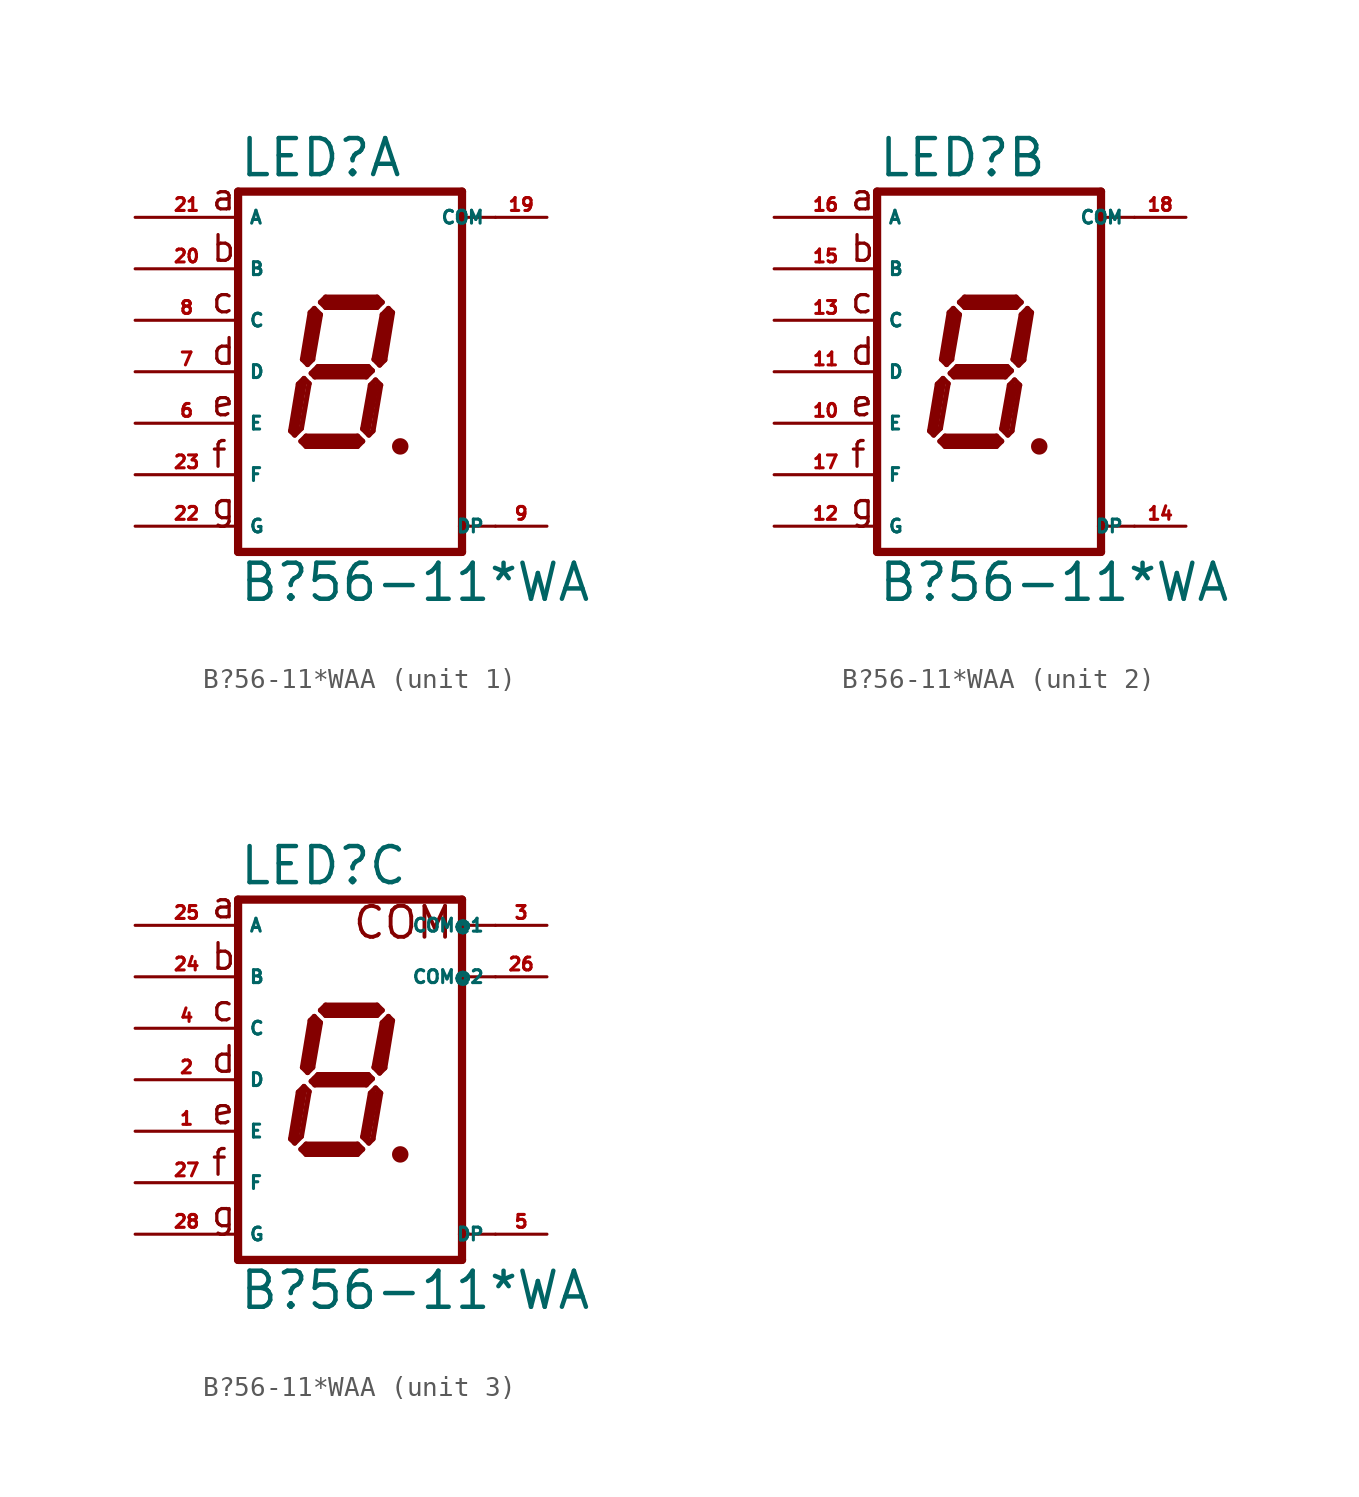
<source format=kicad_sym>
(kicad_symbol_lib
  (version 20220914)
  (generator Eagle2Kicad)
  (symbol "B?56-11*WAA"
    (property "Reference" "LED"
      (at -5.08 9.525 0)
      (effects (font (size 1.778 1.778) (thickness 0.22)) (justify left bottom)))
    (property "Value" "B?56-11*WA"
      (at -5.08 -11.43 0)
      (effects (font (size 1.778 1.778) (thickness 0.22)) (justify left bottom)))
    (symbol "B?56-11*WAA_1_0"
      (polyline (pts (xy 2.794 -3.683) (xy 3.048 -3.683)) (stroke (width 0.305) (type default)) (fill (type none)))
      (polyline (pts (xy 2.337 3.124) (xy 2.032 2.819)) (stroke (width 0.254) (type default)) (fill (type none)))
      (polyline (pts (xy 2.032 2.819) (xy 1.626 0.61)) (stroke (width 0.254) (type default)) (fill (type none)))
      (polyline (pts (xy 1.626 0.61) (xy 1.905 0.33)) (stroke (width 0.254) (type default)) (fill (type none)))
      (polyline (pts (xy 1.905 0.33) (xy 2.159 0.584)) (stroke (width 0.254) (type default)) (fill (type none)))
      (polyline (pts (xy 2.159 0.584) (xy 2.54 2.921)) (stroke (width 0.254) (type default)) (fill (type none)))
      (polyline (pts (xy 2.54 2.921) (xy 2.337 3.124)) (stroke (width 0.254) (type default)) (fill (type none)))
      (polyline (pts (xy 2.032 3.429) (xy 1.778 3.175)) (stroke (width 0.254) (type default)) (fill (type none)))
      (polyline (pts (xy 1.778 3.175) (xy -0.762 3.175)) (stroke (width 0.254) (type default)) (fill (type none)))
      (polyline (pts (xy -0.762 3.175) (xy -1.016 3.429)) (stroke (width 0.254) (type default)) (fill (type none)))
      (polyline (pts (xy -1.016 3.429) (xy -0.762 3.683)) (stroke (width 0.254) (type default)) (fill (type none)))
      (polyline (pts (xy -0.762 3.683) (xy 1.778 3.683)) (stroke (width 0.254) (type default)) (fill (type none)))
      (polyline (pts (xy 1.778 3.683) (xy 2.032 3.429)) (stroke (width 0.254) (type default)) (fill (type none)))
      (polyline (pts (xy -1.321 3.124) (xy -1.016 2.819)) (stroke (width 0.254) (type default)) (fill (type none)))
      (polyline (pts (xy -1.016 2.819) (xy -1.397 0.61)) (stroke (width 0.254) (type default)) (fill (type none)))
      (polyline (pts (xy -1.397 0.61) (xy -1.651 0.356)) (stroke (width 0.254) (type default)) (fill (type none)))
      (polyline (pts (xy -1.651 0.356) (xy -1.905 0.61)) (stroke (width 0.254) (type default)) (fill (type none)))
      (polyline (pts (xy -1.905 0.61) (xy -1.524 2.921)) (stroke (width 0.254) (type default)) (fill (type none)))
      (polyline (pts (xy -1.524 2.921) (xy -1.321 3.124)) (stroke (width 0.254) (type default)) (fill (type none)))
      (polyline (pts (xy -1.473 -0.076) (xy -1.143 0.254)) (stroke (width 0.254) (type default)) (fill (type none)))
      (polyline (pts (xy -1.143 0.254) (xy 1.346 0.254)) (stroke (width 0.254) (type default)) (fill (type none)))
      (polyline (pts (xy 1.346 0.254) (xy 1.549 0.051)) (stroke (width 0.254) (type default)) (fill (type none)))
      (polyline (pts (xy 1.549 0.051) (xy 1.245 -0.254)) (stroke (width 0.254) (type default)) (fill (type none)))
      (polyline (pts (xy 1.245 -0.254) (xy -1.295 -0.254)) (stroke (width 0.254) (type default)) (fill (type none)))
      (polyline (pts (xy -1.295 -0.254) (xy -1.473 -0.076)) (stroke (width 0.254) (type default)) (fill (type none)))
      (polyline (pts (xy -1.829 -0.33) (xy -1.575 -0.584)) (stroke (width 0.254) (type default)) (fill (type none)))
      (polyline (pts (xy -2.286 -3.124) (xy -1.956 -2.794)) (stroke (width 0.254) (type default)) (fill (type none)))
      (polyline (pts (xy -1.956 -2.794) (xy -1.575 -0.584)) (stroke (width 0.254) (type default)) (fill (type none)))
      (polyline (pts (xy -1.829 -0.33) (xy -2.108 -0.61)) (stroke (width 0.254) (type default)) (fill (type none)))
      (polyline (pts (xy -2.108 -0.61) (xy -2.489 -2.921)) (stroke (width 0.254) (type default)) (fill (type none)))
      (polyline (pts (xy -2.489 -2.921) (xy -2.286 -3.124)) (stroke (width 0.254) (type default)) (fill (type none)))
      (polyline (pts (xy -1.981 -3.429) (xy -1.727 -3.175)) (stroke (width 0.254) (type default)) (fill (type none)))
      (polyline (pts (xy -1.727 -3.175) (xy 0.813 -3.175)) (stroke (width 0.254) (type default)) (fill (type none)))
      (polyline (pts (xy 0.813 -3.175) (xy 1.067 -3.429)) (stroke (width 0.254) (type default)) (fill (type none)))
      (polyline (pts (xy 1.067 -3.429) (xy 0.813 -3.683)) (stroke (width 0.254) (type default)) (fill (type none)))
      (polyline (pts (xy 0.813 -3.683) (xy -1.727 -3.683)) (stroke (width 0.254) (type default)) (fill (type none)))
      (polyline (pts (xy -1.727 -3.683) (xy -1.981 -3.429)) (stroke (width 0.254) (type default)) (fill (type none)))
      (polyline (pts (xy 1.702 -0.406) (xy 1.448 -0.66)) (stroke (width 0.254) (type default)) (fill (type none)))
      (polyline (pts (xy 1.448 -0.66) (xy 1.067 -2.819)) (stroke (width 0.254) (type default)) (fill (type none)))
      (polyline (pts (xy 1.067 -2.819) (xy 1.372 -3.124)) (stroke (width 0.254) (type default)) (fill (type none)))
      (polyline (pts (xy 1.372 -3.124) (xy 1.575 -2.921)) (stroke (width 0.254) (type default)) (fill (type none)))
      (polyline (pts (xy 1.575 -2.921) (xy 1.956 -0.66)) (stroke (width 0.254) (type default)) (fill (type none)))
      (polyline (pts (xy 1.956 -0.66) (xy 1.702 -0.406)) (stroke (width 0.254) (type default)) (fill (type none)))
      (polyline (pts (xy 2.286 2.794) (xy 1.905 0.635)) (stroke (width 0.406) (type default)) (fill (type none)))
      (polyline (pts (xy 1.778 3.429) (xy -0.762 3.429)) (stroke (width 0.406) (type default)) (fill (type none)))
      (polyline (pts (xy -1.27 2.794) (xy -1.651 0.635)) (stroke (width 0.406) (type default)) (fill (type none)))
      (polyline (pts (xy -1.27 0) (xy 1.27 0)) (stroke (width 0.406) (type default)) (fill (type none)))
      (polyline (pts (xy 1.651 -0.762) (xy 1.27 -2.794)) (stroke (width 0.406) (type default)) (fill (type none)))
      (polyline (pts (xy 0.762 -3.429) (xy -1.651 -3.429)) (stroke (width 0.406) (type default)) (fill (type none)))
      (polyline (pts (xy -2.286 -2.921) (xy -1.905 -0.635)) (stroke (width 0.406) (type default)) (fill (type none)))
      (polyline (pts (xy 5.969 8.89) (xy 5.969 7.62)) (stroke (width 0.406) (type default)) (fill (type none)))
      (polyline (pts (xy 5.969 7.62) (xy 5.969 -7.62)) (stroke (width 0.406) (type default)) (fill (type none)))
      (polyline (pts (xy 5.969 -7.62) (xy 5.969 -8.89)) (stroke (width 0.406) (type default)) (fill (type none)))
      (polyline (pts (xy -5.08 -8.89) (xy 5.969 -8.89)) (stroke (width 0.406) (type default)) (fill (type none)))
      (polyline (pts (xy -5.08 -8.89) (xy -5.08 8.89)) (stroke (width 0.406) (type default)) (fill (type none)))
      (polyline (pts (xy 5.969 8.89) (xy -5.08 8.89)) (stroke (width 0.406) (type default)) (fill (type none)))
      (polyline (pts (xy 7.62 7.62) (xy 5.969 7.62)) (stroke (width 0.152) (type default)) (fill (type none)))
      (polyline (pts (xy 7.62 -7.62) (xy 5.969 -7.62)) (stroke (width 0.152) (type default)) (fill (type none)))
      (text "a" (at -6.477 7.874 0) (effects (font (size 1.27 1.27) (thickness 0.16)) (justify left bottom)))
      (text "b" (at -6.477 5.334 0) (effects (font (size 1.27 1.27) (thickness 0.16)) (justify left bottom)))
      (text "c" (at -6.477 2.794 0) (effects (font (size 1.27 1.27) (thickness 0.16)) (justify left bottom)))
      (text "d" (at -6.477 0.254 0) (effects (font (size 1.27 1.27) (thickness 0.16)) (justify left bottom)))
      (text "e" (at -6.477 -2.286 0) (effects (font (size 1.27 1.27) (thickness 0.16)) (justify left bottom)))
      (text "f" (at -6.477 -4.826 0) (effects (font (size 1.27 1.27) (thickness 0.16)) (justify left bottom)))
      (text "g" (at -6.477 -7.366 0) (effects (font (size 1.27 1.27) (thickness 0.16)) (justify left bottom)))
      (circle (center 2.921 -3.683) (radius 0.254) (stroke (width 0.305) (type default)) (fill (type none)))
      (pin passive line (at 10.16 -7.62 180) (length 2.54) (name "DP" (effects (font (size 0.635 0.635) (thickness 0.08)) (justify left bottom))) (number "9" (effects (font (size 0.635 0.635) (thickness 0.08)) (justify left bottom))))
      (pin passive line (at -10.16 -5.08 0) (length 5.08) (name "F" (effects (font (size 0.635 0.635) (thickness 0.08)) (justify left bottom))) (number "23" (effects (font (size 0.635 0.635) (thickness 0.08)) (justify left bottom))))
      (pin passive line (at -10.16 0 0) (length 5.08) (name "D" (effects (font (size 0.635 0.635) (thickness 0.08)) (justify left bottom))) (number "7" (effects (font (size 0.635 0.635) (thickness 0.08)) (justify left bottom))))
      (pin passive line (at -10.16 5.08 0) (length 5.08) (name "B" (effects (font (size 0.635 0.635) (thickness 0.08)) (justify left bottom))) (number "20" (effects (font (size 0.635 0.635) (thickness 0.08)) (justify left bottom))))
      (pin passive line (at -10.16 7.62 0) (length 5.08) (name "A" (effects (font (size 0.635 0.635) (thickness 0.08)) (justify left bottom))) (number "21" (effects (font (size 0.635 0.635) (thickness 0.08)) (justify left bottom))))
      (pin passive line (at 10.16 7.62 180) (length 2.54) (name "COM" (effects (font (size 0.635 0.635) (thickness 0.08)) (justify left bottom))) (number "19" (effects (font (size 0.635 0.635) (thickness 0.08)) (justify left bottom))))
      (pin passive line (at -10.16 2.54 0) (length 5.08) (name "C" (effects (font (size 0.635 0.635) (thickness 0.08)) (justify left bottom))) (number "8" (effects (font (size 0.635 0.635) (thickness 0.08)) (justify left bottom))))
      (pin passive line (at -10.16 -2.54 0) (length 5.08) (name "E" (effects (font (size 0.635 0.635) (thickness 0.08)) (justify left bottom))) (number "6" (effects (font (size 0.635 0.635) (thickness 0.08)) (justify left bottom))))
      (pin passive line (at -10.16 -7.62 0) (length 5.08) (name "G" (effects (font (size 0.635 0.635) (thickness 0.08)) (justify left bottom))) (number "22" (effects (font (size 0.635 0.635) (thickness 0.08)) (justify left bottom)))))
    (symbol "B?56-11*WAA_2_0"
      (polyline (pts (xy 2.794 -3.683) (xy 3.048 -3.683)) (stroke (width 0.305) (type default)) (fill (type none)))
      (polyline (pts (xy 2.337 3.124) (xy 2.032 2.819)) (stroke (width 0.254) (type default)) (fill (type none)))
      (polyline (pts (xy 2.032 2.819) (xy 1.626 0.61)) (stroke (width 0.254) (type default)) (fill (type none)))
      (polyline (pts (xy 1.626 0.61) (xy 1.905 0.33)) (stroke (width 0.254) (type default)) (fill (type none)))
      (polyline (pts (xy 1.905 0.33) (xy 2.159 0.584)) (stroke (width 0.254) (type default)) (fill (type none)))
      (polyline (pts (xy 2.159 0.584) (xy 2.54 2.921)) (stroke (width 0.254) (type default)) (fill (type none)))
      (polyline (pts (xy 2.54 2.921) (xy 2.337 3.124)) (stroke (width 0.254) (type default)) (fill (type none)))
      (polyline (pts (xy 2.032 3.429) (xy 1.778 3.175)) (stroke (width 0.254) (type default)) (fill (type none)))
      (polyline (pts (xy 1.778 3.175) (xy -0.762 3.175)) (stroke (width 0.254) (type default)) (fill (type none)))
      (polyline (pts (xy -0.762 3.175) (xy -1.016 3.429)) (stroke (width 0.254) (type default)) (fill (type none)))
      (polyline (pts (xy -1.016 3.429) (xy -0.762 3.683)) (stroke (width 0.254) (type default)) (fill (type none)))
      (polyline (pts (xy -0.762 3.683) (xy 1.778 3.683)) (stroke (width 0.254) (type default)) (fill (type none)))
      (polyline (pts (xy 1.778 3.683) (xy 2.032 3.429)) (stroke (width 0.254) (type default)) (fill (type none)))
      (polyline (pts (xy -1.321 3.124) (xy -1.016 2.819)) (stroke (width 0.254) (type default)) (fill (type none)))
      (polyline (pts (xy -1.016 2.819) (xy -1.397 0.61)) (stroke (width 0.254) (type default)) (fill (type none)))
      (polyline (pts (xy -1.397 0.61) (xy -1.651 0.356)) (stroke (width 0.254) (type default)) (fill (type none)))
      (polyline (pts (xy -1.651 0.356) (xy -1.905 0.61)) (stroke (width 0.254) (type default)) (fill (type none)))
      (polyline (pts (xy -1.905 0.61) (xy -1.524 2.921)) (stroke (width 0.254) (type default)) (fill (type none)))
      (polyline (pts (xy -1.524 2.921) (xy -1.321 3.124)) (stroke (width 0.254) (type default)) (fill (type none)))
      (polyline (pts (xy -1.473 -0.076) (xy -1.143 0.254)) (stroke (width 0.254) (type default)) (fill (type none)))
      (polyline (pts (xy -1.143 0.254) (xy 1.346 0.254)) (stroke (width 0.254) (type default)) (fill (type none)))
      (polyline (pts (xy 1.346 0.254) (xy 1.549 0.051)) (stroke (width 0.254) (type default)) (fill (type none)))
      (polyline (pts (xy 1.549 0.051) (xy 1.245 -0.254)) (stroke (width 0.254) (type default)) (fill (type none)))
      (polyline (pts (xy 1.245 -0.254) (xy -1.295 -0.254)) (stroke (width 0.254) (type default)) (fill (type none)))
      (polyline (pts (xy -1.295 -0.254) (xy -1.473 -0.076)) (stroke (width 0.254) (type default)) (fill (type none)))
      (polyline (pts (xy -1.829 -0.33) (xy -1.575 -0.584)) (stroke (width 0.254) (type default)) (fill (type none)))
      (polyline (pts (xy -2.286 -3.124) (xy -1.956 -2.794)) (stroke (width 0.254) (type default)) (fill (type none)))
      (polyline (pts (xy -1.956 -2.794) (xy -1.575 -0.584)) (stroke (width 0.254) (type default)) (fill (type none)))
      (polyline (pts (xy -1.829 -0.33) (xy -2.108 -0.61)) (stroke (width 0.254) (type default)) (fill (type none)))
      (polyline (pts (xy -2.108 -0.61) (xy -2.489 -2.921)) (stroke (width 0.254) (type default)) (fill (type none)))
      (polyline (pts (xy -2.489 -2.921) (xy -2.286 -3.124)) (stroke (width 0.254) (type default)) (fill (type none)))
      (polyline (pts (xy -1.981 -3.429) (xy -1.727 -3.175)) (stroke (width 0.254) (type default)) (fill (type none)))
      (polyline (pts (xy -1.727 -3.175) (xy 0.813 -3.175)) (stroke (width 0.254) (type default)) (fill (type none)))
      (polyline (pts (xy 0.813 -3.175) (xy 1.067 -3.429)) (stroke (width 0.254) (type default)) (fill (type none)))
      (polyline (pts (xy 1.067 -3.429) (xy 0.813 -3.683)) (stroke (width 0.254) (type default)) (fill (type none)))
      (polyline (pts (xy 0.813 -3.683) (xy -1.727 -3.683)) (stroke (width 0.254) (type default)) (fill (type none)))
      (polyline (pts (xy -1.727 -3.683) (xy -1.981 -3.429)) (stroke (width 0.254) (type default)) (fill (type none)))
      (polyline (pts (xy 1.702 -0.406) (xy 1.448 -0.66)) (stroke (width 0.254) (type default)) (fill (type none)))
      (polyline (pts (xy 1.448 -0.66) (xy 1.067 -2.819)) (stroke (width 0.254) (type default)) (fill (type none)))
      (polyline (pts (xy 1.067 -2.819) (xy 1.372 -3.124)) (stroke (width 0.254) (type default)) (fill (type none)))
      (polyline (pts (xy 1.372 -3.124) (xy 1.575 -2.921)) (stroke (width 0.254) (type default)) (fill (type none)))
      (polyline (pts (xy 1.575 -2.921) (xy 1.956 -0.66)) (stroke (width 0.254) (type default)) (fill (type none)))
      (polyline (pts (xy 1.956 -0.66) (xy 1.702 -0.406)) (stroke (width 0.254) (type default)) (fill (type none)))
      (polyline (pts (xy 2.286 2.794) (xy 1.905 0.635)) (stroke (width 0.406) (type default)) (fill (type none)))
      (polyline (pts (xy 1.778 3.429) (xy -0.762 3.429)) (stroke (width 0.406) (type default)) (fill (type none)))
      (polyline (pts (xy -1.27 2.794) (xy -1.651 0.635)) (stroke (width 0.406) (type default)) (fill (type none)))
      (polyline (pts (xy -1.27 0) (xy 1.27 0)) (stroke (width 0.406) (type default)) (fill (type none)))
      (polyline (pts (xy 1.651 -0.762) (xy 1.27 -2.794)) (stroke (width 0.406) (type default)) (fill (type none)))
      (polyline (pts (xy 0.762 -3.429) (xy -1.651 -3.429)) (stroke (width 0.406) (type default)) (fill (type none)))
      (polyline (pts (xy -2.286 -2.921) (xy -1.905 -0.635)) (stroke (width 0.406) (type default)) (fill (type none)))
      (polyline (pts (xy 5.969 8.89) (xy 5.969 7.62)) (stroke (width 0.406) (type default)) (fill (type none)))
      (polyline (pts (xy 5.969 7.62) (xy 5.969 -7.62)) (stroke (width 0.406) (type default)) (fill (type none)))
      (polyline (pts (xy 5.969 -7.62) (xy 5.969 -8.89)) (stroke (width 0.406) (type default)) (fill (type none)))
      (polyline (pts (xy -5.08 -8.89) (xy 5.969 -8.89)) (stroke (width 0.406) (type default)) (fill (type none)))
      (polyline (pts (xy -5.08 -8.89) (xy -5.08 8.89)) (stroke (width 0.406) (type default)) (fill (type none)))
      (polyline (pts (xy 5.969 8.89) (xy -5.08 8.89)) (stroke (width 0.406) (type default)) (fill (type none)))
      (polyline (pts (xy 7.62 7.62) (xy 5.969 7.62)) (stroke (width 0.152) (type default)) (fill (type none)))
      (polyline (pts (xy 7.62 -7.62) (xy 5.969 -7.62)) (stroke (width 0.152) (type default)) (fill (type none)))
      (text "a" (at -6.477 7.874 0) (effects (font (size 1.27 1.27) (thickness 0.16)) (justify left bottom)))
      (text "b" (at -6.477 5.334 0) (effects (font (size 1.27 1.27) (thickness 0.16)) (justify left bottom)))
      (text "c" (at -6.477 2.794 0) (effects (font (size 1.27 1.27) (thickness 0.16)) (justify left bottom)))
      (text "d" (at -6.477 0.254 0) (effects (font (size 1.27 1.27) (thickness 0.16)) (justify left bottom)))
      (text "e" (at -6.477 -2.286 0) (effects (font (size 1.27 1.27) (thickness 0.16)) (justify left bottom)))
      (text "f" (at -6.477 -4.826 0) (effects (font (size 1.27 1.27) (thickness 0.16)) (justify left bottom)))
      (text "g" (at -6.477 -7.366 0) (effects (font (size 1.27 1.27) (thickness 0.16)) (justify left bottom)))
      (circle (center 2.921 -3.683) (radius 0.254) (stroke (width 0.305) (type default)) (fill (type none)))
      (pin passive line (at 10.16 -7.62 180) (length 2.54) (name "DP" (effects (font (size 0.635 0.635) (thickness 0.08)) (justify left bottom))) (number "14" (effects (font (size 0.635 0.635) (thickness 0.08)) (justify left bottom))))
      (pin passive line (at -10.16 -5.08 0) (length 5.08) (name "F" (effects (font (size 0.635 0.635) (thickness 0.08)) (justify left bottom))) (number "17" (effects (font (size 0.635 0.635) (thickness 0.08)) (justify left bottom))))
      (pin passive line (at -10.16 0 0) (length 5.08) (name "D" (effects (font (size 0.635 0.635) (thickness 0.08)) (justify left bottom))) (number "11" (effects (font (size 0.635 0.635) (thickness 0.08)) (justify left bottom))))
      (pin passive line (at -10.16 5.08 0) (length 5.08) (name "B" (effects (font (size 0.635 0.635) (thickness 0.08)) (justify left bottom))) (number "15" (effects (font (size 0.635 0.635) (thickness 0.08)) (justify left bottom))))
      (pin passive line (at -10.16 7.62 0) (length 5.08) (name "A" (effects (font (size 0.635 0.635) (thickness 0.08)) (justify left bottom))) (number "16" (effects (font (size 0.635 0.635) (thickness 0.08)) (justify left bottom))))
      (pin passive line (at 10.16 7.62 180) (length 2.54) (name "COM" (effects (font (size 0.635 0.635) (thickness 0.08)) (justify left bottom))) (number "18" (effects (font (size 0.635 0.635) (thickness 0.08)) (justify left bottom))))
      (pin passive line (at -10.16 2.54 0) (length 5.08) (name "C" (effects (font (size 0.635 0.635) (thickness 0.08)) (justify left bottom))) (number "13" (effects (font (size 0.635 0.635) (thickness 0.08)) (justify left bottom))))
      (pin passive line (at -10.16 -2.54 0) (length 5.08) (name "E" (effects (font (size 0.635 0.635) (thickness 0.08)) (justify left bottom))) (number "10" (effects (font (size 0.635 0.635) (thickness 0.08)) (justify left bottom))))
      (pin passive line (at -10.16 -7.62 0) (length 5.08) (name "G" (effects (font (size 0.635 0.635) (thickness 0.08)) (justify left bottom))) (number "12" (effects (font (size 0.635 0.635) (thickness 0.08)) (justify left bottom)))))
    (symbol "B?56-11*WAA_3_0"
      (polyline (pts (xy 2.794 -3.683) (xy 3.048 -3.683)) (stroke (width 0.305) (type default)) (fill (type none)))
      (polyline (pts (xy 2.337 3.124) (xy 2.032 2.819)) (stroke (width 0.254) (type default)) (fill (type none)))
      (polyline (pts (xy 2.032 2.819) (xy 1.626 0.61)) (stroke (width 0.254) (type default)) (fill (type none)))
      (polyline (pts (xy 1.626 0.61) (xy 1.905 0.33)) (stroke (width 0.254) (type default)) (fill (type none)))
      (polyline (pts (xy 1.905 0.33) (xy 2.159 0.584)) (stroke (width 0.254) (type default)) (fill (type none)))
      (polyline (pts (xy 2.159 0.584) (xy 2.54 2.921)) (stroke (width 0.254) (type default)) (fill (type none)))
      (polyline (pts (xy 2.54 2.921) (xy 2.337 3.124)) (stroke (width 0.254) (type default)) (fill (type none)))
      (polyline (pts (xy 2.032 3.429) (xy 1.778 3.175)) (stroke (width 0.254) (type default)) (fill (type none)))
      (polyline (pts (xy 1.778 3.175) (xy -0.762 3.175)) (stroke (width 0.254) (type default)) (fill (type none)))
      (polyline (pts (xy -0.762 3.175) (xy -1.016 3.429)) (stroke (width 0.254) (type default)) (fill (type none)))
      (polyline (pts (xy -1.016 3.429) (xy -0.762 3.683)) (stroke (width 0.254) (type default)) (fill (type none)))
      (polyline (pts (xy -0.762 3.683) (xy 1.778 3.683)) (stroke (width 0.254) (type default)) (fill (type none)))
      (polyline (pts (xy 1.778 3.683) (xy 2.032 3.429)) (stroke (width 0.254) (type default)) (fill (type none)))
      (polyline (pts (xy -1.321 3.124) (xy -1.016 2.819)) (stroke (width 0.254) (type default)) (fill (type none)))
      (polyline (pts (xy -1.016 2.819) (xy -1.397 0.61)) (stroke (width 0.254) (type default)) (fill (type none)))
      (polyline (pts (xy -1.397 0.61) (xy -1.651 0.356)) (stroke (width 0.254) (type default)) (fill (type none)))
      (polyline (pts (xy -1.651 0.356) (xy -1.905 0.61)) (stroke (width 0.254) (type default)) (fill (type none)))
      (polyline (pts (xy -1.905 0.61) (xy -1.524 2.921)) (stroke (width 0.254) (type default)) (fill (type none)))
      (polyline (pts (xy -1.524 2.921) (xy -1.321 3.124)) (stroke (width 0.254) (type default)) (fill (type none)))
      (polyline (pts (xy -1.473 -0.076) (xy -1.143 0.254)) (stroke (width 0.254) (type default)) (fill (type none)))
      (polyline (pts (xy -1.143 0.254) (xy 1.346 0.254)) (stroke (width 0.254) (type default)) (fill (type none)))
      (polyline (pts (xy 1.346 0.254) (xy 1.549 0.051)) (stroke (width 0.254) (type default)) (fill (type none)))
      (polyline (pts (xy 1.549 0.051) (xy 1.245 -0.254)) (stroke (width 0.254) (type default)) (fill (type none)))
      (polyline (pts (xy 1.245 -0.254) (xy -1.295 -0.254)) (stroke (width 0.254) (type default)) (fill (type none)))
      (polyline (pts (xy -1.295 -0.254) (xy -1.473 -0.076)) (stroke (width 0.254) (type default)) (fill (type none)))
      (polyline (pts (xy -1.829 -0.33) (xy -1.575 -0.584)) (stroke (width 0.254) (type default)) (fill (type none)))
      (polyline (pts (xy -2.286 -3.124) (xy -1.956 -2.794)) (stroke (width 0.254) (type default)) (fill (type none)))
      (polyline (pts (xy -1.956 -2.794) (xy -1.575 -0.584)) (stroke (width 0.254) (type default)) (fill (type none)))
      (polyline (pts (xy -1.829 -0.33) (xy -2.108 -0.61)) (stroke (width 0.254) (type default)) (fill (type none)))
      (polyline (pts (xy -2.108 -0.61) (xy -2.489 -2.921)) (stroke (width 0.254) (type default)) (fill (type none)))
      (polyline (pts (xy -2.489 -2.921) (xy -2.286 -3.124)) (stroke (width 0.254) (type default)) (fill (type none)))
      (polyline (pts (xy -1.981 -3.429) (xy -1.727 -3.175)) (stroke (width 0.254) (type default)) (fill (type none)))
      (polyline (pts (xy -1.727 -3.175) (xy 0.813 -3.175)) (stroke (width 0.254) (type default)) (fill (type none)))
      (polyline (pts (xy 0.813 -3.175) (xy 1.067 -3.429)) (stroke (width 0.254) (type default)) (fill (type none)))
      (polyline (pts (xy 1.067 -3.429) (xy 0.813 -3.683)) (stroke (width 0.254) (type default)) (fill (type none)))
      (polyline (pts (xy 0.813 -3.683) (xy -1.727 -3.683)) (stroke (width 0.254) (type default)) (fill (type none)))
      (polyline (pts (xy -1.727 -3.683) (xy -1.981 -3.429)) (stroke (width 0.254) (type default)) (fill (type none)))
      (polyline (pts (xy 1.702 -0.406) (xy 1.448 -0.66)) (stroke (width 0.254) (type default)) (fill (type none)))
      (polyline (pts (xy 1.448 -0.66) (xy 1.067 -2.819)) (stroke (width 0.254) (type default)) (fill (type none)))
      (polyline (pts (xy 1.067 -2.819) (xy 1.372 -3.124)) (stroke (width 0.254) (type default)) (fill (type none)))
      (polyline (pts (xy 1.372 -3.124) (xy 1.575 -2.921)) (stroke (width 0.254) (type default)) (fill (type none)))
      (polyline (pts (xy 1.575 -2.921) (xy 1.956 -0.66)) (stroke (width 0.254) (type default)) (fill (type none)))
      (polyline (pts (xy 1.956 -0.66) (xy 1.702 -0.406)) (stroke (width 0.254) (type default)) (fill (type none)))
      (polyline (pts (xy 2.286 2.794) (xy 1.905 0.635)) (stroke (width 0.406) (type default)) (fill (type none)))
      (polyline (pts (xy 1.778 3.429) (xy -0.762 3.429)) (stroke (width 0.406) (type default)) (fill (type none)))
      (polyline (pts (xy -1.27 2.794) (xy -1.651 0.635)) (stroke (width 0.406) (type default)) (fill (type none)))
      (polyline (pts (xy -1.27 0) (xy 1.27 0)) (stroke (width 0.406) (type default)) (fill (type none)))
      (polyline (pts (xy 1.651 -0.762) (xy 1.27 -2.794)) (stroke (width 0.406) (type default)) (fill (type none)))
      (polyline (pts (xy 0.762 -3.429) (xy -1.651 -3.429)) (stroke (width 0.406) (type default)) (fill (type none)))
      (polyline (pts (xy -2.286 -2.921) (xy -1.905 -0.635)) (stroke (width 0.406) (type default)) (fill (type none)))
      (polyline (pts (xy 5.969 8.89) (xy 5.969 7.62)) (stroke (width 0.406) (type default)) (fill (type none)))
      (polyline (pts (xy 5.969 7.62) (xy 5.969 5.08)) (stroke (width 0.406) (type default)) (fill (type none)))
      (polyline (pts (xy 5.969 5.08) (xy 5.969 -7.62)) (stroke (width 0.406) (type default)) (fill (type none)))
      (polyline (pts (xy 5.969 -7.62) (xy 5.969 -8.89)) (stroke (width 0.406) (type default)) (fill (type none)))
      (polyline (pts (xy -5.08 -8.89) (xy 5.969 -8.89)) (stroke (width 0.406) (type default)) (fill (type none)))
      (polyline (pts (xy -5.08 -8.89) (xy -5.08 8.89)) (stroke (width 0.406) (type default)) (fill (type none)))
      (polyline (pts (xy 5.969 8.89) (xy -5.08 8.89)) (stroke (width 0.406) (type default)) (fill (type none)))
      (polyline (pts (xy 7.62 7.62) (xy 5.969 7.62)) (stroke (width 0.152) (type default)) (fill (type none)))
      (polyline (pts (xy 7.62 5.08) (xy 5.969 5.08)) (stroke (width 0.152) (type default)) (fill (type none)))
      (polyline (pts (xy 7.62 -7.62) (xy 5.969 -7.62)) (stroke (width 0.152) (type default)) (fill (type none)))
      (text "a" (at -6.477 7.874 0) (effects (font (size 1.27 1.27) (thickness 0.16)) (justify left bottom)))
      (text "b" (at -6.477 5.334 0) (effects (font (size 1.27 1.27) (thickness 0.16)) (justify left bottom)))
      (text "c" (at -6.477 2.794 0) (effects (font (size 1.27 1.27) (thickness 0.16)) (justify left bottom)))
      (text "d" (at -6.477 0.254 0) (effects (font (size 1.27 1.27) (thickness 0.16)) (justify left bottom)))
      (text "e" (at -6.477 -2.286 0) (effects (font (size 1.27 1.27) (thickness 0.16)) (justify left bottom)))
      (text "f" (at -6.477 -4.826 0) (effects (font (size 1.27 1.27) (thickness 0.16)) (justify left bottom)))
      (text "g" (at -6.477 -7.366 0) (effects (font (size 1.27 1.27) (thickness 0.16)) (justify left bottom)))
      (text "COM" (at 0.508 6.858 0) (effects (font (size 1.524 1.524) (thickness 0.19)) (justify left bottom)))
      (circle (center 2.921 -3.683) (radius 0.254) (stroke (width 0.305) (type default)) (fill (type none)))
      (pin passive line (at 10.16 -7.62 180) (length 2.54) (name "DP" (effects (font (size 0.635 0.635) (thickness 0.08)) (justify left bottom))) (number "5" (effects (font (size 0.635 0.635) (thickness 0.08)) (justify left bottom))))
      (pin passive line (at -10.16 -5.08 0) (length 5.08) (name "F" (effects (font (size 0.635 0.635) (thickness 0.08)) (justify left bottom))) (number "27" (effects (font (size 0.635 0.635) (thickness 0.08)) (justify left bottom))))
      (pin passive line (at -10.16 0 0) (length 5.08) (name "D" (effects (font (size 0.635 0.635) (thickness 0.08)) (justify left bottom))) (number "2" (effects (font (size 0.635 0.635) (thickness 0.08)) (justify left bottom))))
      (pin passive line (at -10.16 5.08 0) (length 5.08) (name "B" (effects (font (size 0.635 0.635) (thickness 0.08)) (justify left bottom))) (number "24" (effects (font (size 0.635 0.635) (thickness 0.08)) (justify left bottom))))
      (pin passive line (at -10.16 7.62 0) (length 5.08) (name "A" (effects (font (size 0.635 0.635) (thickness 0.08)) (justify left bottom))) (number "25" (effects (font (size 0.635 0.635) (thickness 0.08)) (justify left bottom))))
      (pin passive line (at 10.16 7.62 180) (length 2.54) (name "COM@1" (effects (font (size 0.635 0.635) (thickness 0.08)) (justify left bottom))) (number "3" (effects (font (size 0.635 0.635) (thickness 0.08)) (justify left bottom))))
      (pin passive line (at -10.16 2.54 0) (length 5.08) (name "C" (effects (font (size 0.635 0.635) (thickness 0.08)) (justify left bottom))) (number "4" (effects (font (size 0.635 0.635) (thickness 0.08)) (justify left bottom))))
      (pin passive line (at -10.16 -2.54 0) (length 5.08) (name "E" (effects (font (size 0.635 0.635) (thickness 0.08)) (justify left bottom))) (number "1" (effects (font (size 0.635 0.635) (thickness 0.08)) (justify left bottom))))
      (pin passive line (at -10.16 -7.62 0) (length 5.08) (name "G" (effects (font (size 0.635 0.635) (thickness 0.08)) (justify left bottom))) (number "28" (effects (font (size 0.635 0.635) (thickness 0.08)) (justify left bottom))))
      (pin passive line (at 10.16 5.08 180) (length 2.54) (name "COM@2" (effects (font (size 0.635 0.635) (thickness 0.08)) (justify left bottom))) (number "26" (effects (font (size 0.635 0.635) (thickness 0.08)) (justify left bottom)))))))
</source>
